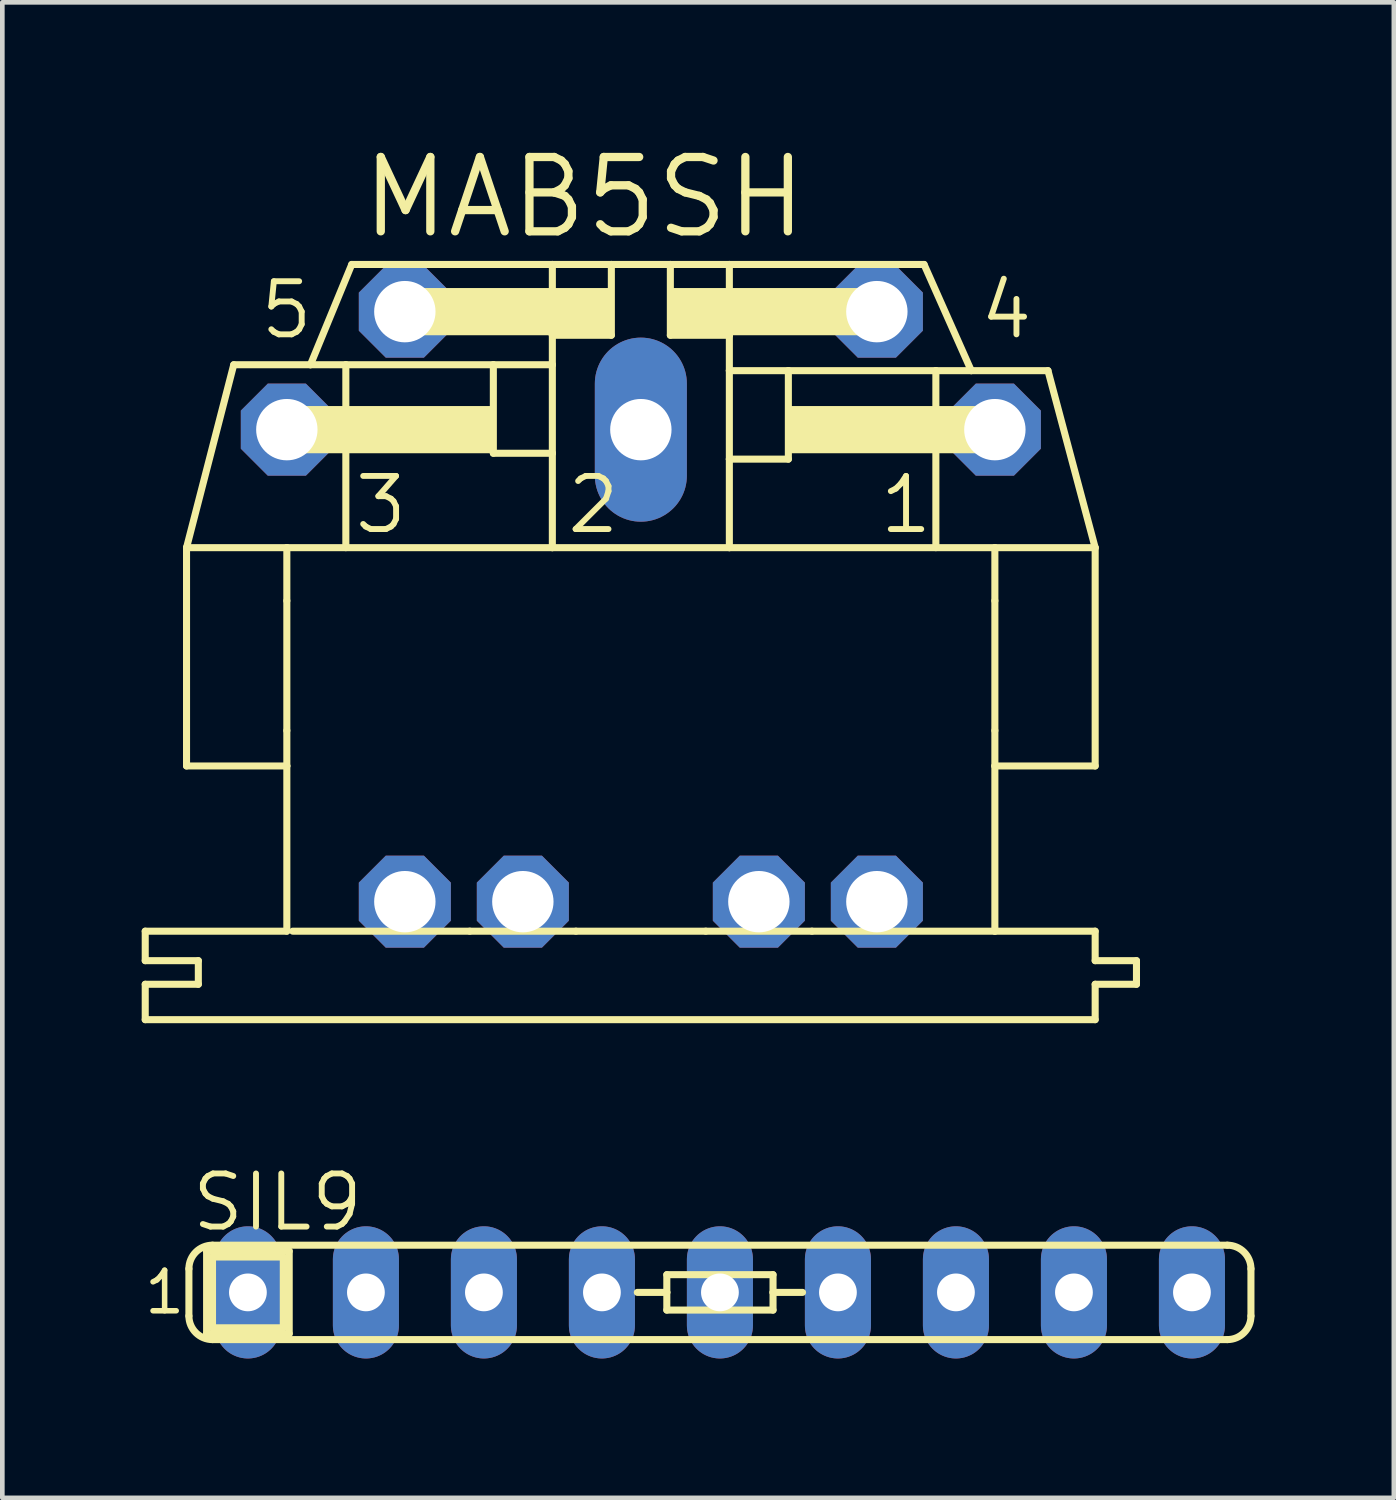
<source format=kicad_pcb>
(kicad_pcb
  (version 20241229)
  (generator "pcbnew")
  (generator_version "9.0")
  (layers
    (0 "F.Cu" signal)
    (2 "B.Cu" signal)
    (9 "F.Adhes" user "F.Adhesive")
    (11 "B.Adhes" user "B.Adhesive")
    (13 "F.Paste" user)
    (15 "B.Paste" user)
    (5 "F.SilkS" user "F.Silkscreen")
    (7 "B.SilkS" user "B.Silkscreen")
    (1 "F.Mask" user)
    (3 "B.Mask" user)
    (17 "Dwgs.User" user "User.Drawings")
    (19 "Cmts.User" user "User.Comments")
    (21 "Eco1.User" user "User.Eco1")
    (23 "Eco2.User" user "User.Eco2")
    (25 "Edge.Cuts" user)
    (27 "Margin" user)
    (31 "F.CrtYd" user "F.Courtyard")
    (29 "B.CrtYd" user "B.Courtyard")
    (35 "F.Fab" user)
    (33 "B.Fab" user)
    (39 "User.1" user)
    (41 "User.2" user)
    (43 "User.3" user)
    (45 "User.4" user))
  (footprint "MAB5SH"
    (layer "F.Cu")
    (at 10.744 13.818)
    (property "Reference" "MAB5SH" (at -6.096 -11.684 0) (unlocked yes) (layer "F.SilkS") (effects (font (size 1.6 1.6) (thickness 0.178)) (justify left bottom)))
    (fp_line (start -10.668 3.81) (end -10.668 3.175) (stroke (width 0.152) (type solid)) (layer "F.SilkS"))
    (fp_line (start -10.668 3.81) (end -9.525 3.81) (stroke (width 0.152) (type solid)) (layer "F.SilkS"))
    (fp_line (start -10.668 5.08) (end -10.668 4.318) (stroke (width 0.152) (type solid)) (layer "F.SilkS"))
    (fp_line (start -10.668 5.08) (end 9.779 5.08) (stroke (width 0.152) (type solid)) (layer "F.SilkS"))
    (fp_line (start -9.779 -0.381) (end -9.779 -5.08) (stroke (width 0.152) (type solid)) (layer "F.SilkS"))
    (fp_line (start -9.779 -0.381) (end -7.62 -0.381) (stroke (width 0.152) (type solid)) (layer "F.SilkS"))
    (fp_line (start -9.525 4.318) (end -10.668 4.318) (stroke (width 0.152) (type solid)) (layer "F.SilkS"))
    (fp_line (start -9.525 4.318) (end -9.525 3.81) (stroke (width 0.152) (type solid)) (layer "F.SilkS"))
    (fp_line (start -8.763 -9.017) (end -9.779 -5.08) (stroke (width 0.152) (type solid)) (layer "F.SilkS"))
    (fp_line (start -8.763 -9.017) (end -7.112 -9.017) (stroke (width 0.152) (type solid)) (layer "F.SilkS"))
    (fp_line (start -7.62 -5.08) (end -9.779 -5.08) (stroke (width 0.152) (type solid)) (layer "F.SilkS"))
    (fp_line (start -7.62 -5.08) (end -7.62 -3.937) (stroke (width 0.152) (type solid)) (layer "F.SilkS"))
    (fp_line (start -7.62 -3.937) (end -7.62 -1.143) (stroke (width 0.152) (type solid)) (layer "F.SilkS"))
    (fp_line (start -7.62 -0.381) (end -7.62 -1.143) (stroke (width 0.152) (type solid)) (layer "F.SilkS"))
    (fp_line (start -7.62 3.175) (end -10.668 3.175) (stroke (width 0.152) (type solid)) (layer "F.SilkS"))
    (fp_line (start -7.62 3.175) (end -7.62 -0.381) (stroke (width 0.152) (type solid)) (layer "F.SilkS"))
    (fp_line (start -7.493 3.175) (end -3.683 3.175) (stroke (width 0.152) (type solid)) (layer "F.SilkS"))
    (fp_line (start -7.112 -9.017) (end -6.223 -11.176) (stroke (width 0.152) (type solid)) (layer "F.SilkS"))
    (fp_line (start -6.35 -9.017) (end -7.112 -9.017) (stroke (width 0.152) (type solid)) (layer "F.SilkS"))
    (fp_line (start -6.35 -9.017) (end -6.35 -5.08) (stroke (width 0.152) (type solid)) (layer "F.SilkS"))
    (fp_line (start -3.175 -9.017) (end -6.35 -9.017) (stroke (width 0.152) (type solid)) (layer "F.SilkS"))
    (fp_line (start -3.175 -9.017) (end -3.175 -7.112) (stroke (width 0.152) (type solid)) (layer "F.SilkS"))
    (fp_line (start -1.905 -11.176) (end -6.223 -11.176) (stroke (width 0.152) (type solid)) (layer "F.SilkS"))
    (fp_line (start -1.905 -11.176) (end -1.905 -9.652) (stroke (width 0.152) (type solid)) (layer "F.SilkS"))
    (fp_line (start -1.905 -9.652) (end -1.905 -9.017) (stroke (width 0.152) (type solid)) (layer "F.SilkS"))
    (fp_line (start -1.905 -9.652) (end -0.635 -9.652) (stroke (width 0.152) (type solid)) (layer "F.SilkS"))
    (fp_line (start -1.905 -9.017) (end -3.175 -9.017) (stroke (width 0.152) (type solid)) (layer "F.SilkS"))
    (fp_line (start -1.905 -9.017) (end -1.905 -7.112) (stroke (width 0.152) (type solid)) (layer "F.SilkS"))
    (fp_line (start -1.905 -7.112) (end -3.175 -7.112) (stroke (width 0.152) (type solid)) (layer "F.SilkS"))
    (fp_line (start -1.905 -7.112) (end -1.905 -5.08) (stroke (width 0.152) (type solid)) (layer "F.SilkS"))
    (fp_line (start -1.905 -5.08) (end -7.62 -5.08) (stroke (width 0.152) (type solid)) (layer "F.SilkS"))
    (fp_line (start -1.397 3.175) (end -3.683 3.175) (stroke (width 0.152) (type solid)) (layer "F.SilkS"))
    (fp_line (start -1.397 3.175) (end 1.397 3.175) (stroke (width 0.152) (type solid)) (layer "F.SilkS"))
    (fp_line (start -0.635 -11.176) (end -1.905 -11.176) (stroke (width 0.152) (type solid)) (layer "F.SilkS"))
    (fp_line (start -0.635 -11.176) (end -0.635 -9.652) (stroke (width 0.152) (type solid)) (layer "F.SilkS"))
    (fp_line (start 0.635 -11.176) (end -0.635 -11.176) (stroke (width 0.152) (type solid)) (layer "F.SilkS"))
    (fp_line (start 0.635 -11.176) (end 0.635 -9.652) (stroke (width 0.152) (type solid)) (layer "F.SilkS"))
    (fp_line (start 1.905 -11.176) (end 0.635 -11.176) (stroke (width 0.152) (type solid)) (layer "F.SilkS"))
    (fp_line (start 1.905 -11.176) (end 1.905 -9.652) (stroke (width 0.152) (type solid)) (layer "F.SilkS"))
    (fp_line (start 1.905 -9.652) (end 0.635 -9.652) (stroke (width 0.152) (type solid)) (layer "F.SilkS"))
    (fp_line (start 1.905 -9.652) (end 1.905 -8.89) (stroke (width 0.152) (type solid)) (layer "F.SilkS"))
    (fp_line (start 1.905 -8.89) (end 1.905 -6.985) (stroke (width 0.152) (type solid)) (layer "F.SilkS"))
    (fp_line (start 1.905 -6.985) (end 1.905 -5.08) (stroke (width 0.152) (type solid)) (layer "F.SilkS"))
    (fp_line (start 1.905 -6.985) (end 3.175 -6.985) (stroke (width 0.152) (type solid)) (layer "F.SilkS"))
    (fp_line (start 1.905 -5.08) (end -1.905 -5.08) (stroke (width 0.152) (type solid)) (layer "F.SilkS"))
    (fp_line (start 3.175 -8.89) (end 1.905 -8.89) (stroke (width 0.152) (type solid)) (layer "F.SilkS"))
    (fp_line (start 3.175 -8.89) (end 3.175 -6.985) (stroke (width 0.152) (type solid)) (layer "F.SilkS"))
    (fp_line (start 3.683 3.175) (end 1.397 3.175) (stroke (width 0.152) (type solid)) (layer "F.SilkS"))
    (fp_line (start 3.683 3.175) (end 7.62 3.175) (stroke (width 0.152) (type solid)) (layer "F.SilkS"))
    (fp_line (start 6.096 -11.176) (end 1.905 -11.176) (stroke (width 0.152) (type solid)) (layer "F.SilkS"))
    (fp_line (start 6.096 -11.176) (end 7.112 -8.89) (stroke (width 0.152) (type solid)) (layer "F.SilkS"))
    (fp_line (start 6.35 -8.89) (end 3.175 -8.89) (stroke (width 0.152) (type solid)) (layer "F.SilkS"))
    (fp_line (start 6.35 -8.89) (end 6.35 -5.08) (stroke (width 0.152) (type solid)) (layer "F.SilkS"))
    (fp_line (start 7.112 -8.89) (end 6.35 -8.89) (stroke (width 0.152) (type solid)) (layer "F.SilkS"))
    (fp_line (start 7.62 -5.08) (end 1.905 -5.08) (stroke (width 0.152) (type solid)) (layer "F.SilkS"))
    (fp_line (start 7.62 -5.08) (end 7.62 -3.937) (stroke (width 0.152) (type solid)) (layer "F.SilkS"))
    (fp_line (start 7.62 -3.937) (end 7.62 -1.143) (stroke (width 0.152) (type solid)) (layer "F.SilkS"))
    (fp_line (start 7.62 -0.381) (end 7.62 -1.143) (stroke (width 0.152) (type solid)) (layer "F.SilkS"))
    (fp_line (start 7.62 3.175) (end 7.62 -0.381) (stroke (width 0.152) (type solid)) (layer "F.SilkS"))
    (fp_line (start 8.763 -8.89) (end 7.112 -8.89) (stroke (width 0.152) (type solid)) (layer "F.SilkS"))
    (fp_line (start 8.763 -8.89) (end 9.779 -5.08) (stroke (width 0.152) (type solid)) (layer "F.SilkS"))
    (fp_line (start 9.779 -5.08) (end 7.62 -5.08) (stroke (width 0.152) (type solid)) (layer "F.SilkS"))
    (fp_line (start 9.779 -0.381) (end 7.62 -0.381) (stroke (width 0.152) (type solid)) (layer "F.SilkS"))
    (fp_line (start 9.779 -0.381) (end 9.779 -5.08) (stroke (width 0.152) (type solid)) (layer "F.SilkS"))
    (fp_line (start 9.779 3.175) (end 7.62 3.175) (stroke (width 0.152) (type solid)) (layer "F.SilkS"))
    (fp_line (start 9.779 3.175) (end 9.779 3.81) (stroke (width 0.152) (type solid)) (layer "F.SilkS"))
    (fp_line (start 9.779 5.08) (end 9.779 4.318) (stroke (width 0.152) (type solid)) (layer "F.SilkS"))
    (fp_line (start 10.668 3.81) (end 9.779 3.81) (stroke (width 0.152) (type solid)) (layer "F.SilkS"))
    (fp_line (start 10.668 4.318) (end 9.779 4.318) (stroke (width 0.152) (type solid)) (layer "F.SilkS"))
    (fp_line (start 10.668 4.318) (end 10.668 3.81) (stroke (width 0.152) (type solid)) (layer "F.SilkS"))
    (fp_poly (pts (xy -8.001 -7.112) (xy -3.175 -7.112) (xy -3.175 -8.128) (xy -8.001 -8.128)) (stroke (width 0) (type default)) (fill yes) (layer "F.SilkS"))
    (fp_poly (pts (xy -5.461 -9.652) (xy -0.635 -9.652) (xy -0.635 -10.668) (xy -5.461 -10.668)) (stroke (width 0) (type default)) (fill yes) (layer "F.SilkS"))
    (fp_poly (pts (xy 0.635 -9.652) (xy 5.461 -9.652) (xy 5.461 -10.668) (xy 0.635 -10.668)) (stroke (width 0) (type default)) (fill yes) (layer "F.SilkS"))
    (fp_poly (pts (xy 3.175 -7.112) (xy 8.001 -7.112) (xy 8.001 -8.128) (xy 3.175 -8.128)) (stroke (width 0) (type default)) (fill yes) (layer "F.SilkS"))
    (fp_text user "4" (at 7.239 -9.525 0) (unlocked yes) (layer "F.SilkS") (effects (font (size 1.143 1.143) (thickness 0.127)) (justify left bottom)))
    (fp_text user "2" (at -1.651 -5.334 0) (unlocked yes) (layer "F.SilkS") (effects (font (size 1.143 1.143) (thickness 0.127)) (justify left bottom)))
    (fp_text user "3" (at -6.223 -5.334 0) (unlocked yes) (layer "F.SilkS") (effects (font (size 1.143 1.143) (thickness 0.127)) (justify left bottom)))
    (fp_text user "5" (at -8.255 -9.525 0) (unlocked yes) (layer "F.SilkS") (effects (font (size 1.143 1.143) (thickness 0.127)) (justify left bottom)))
    (fp_text user "1" (at 5.08 -5.334 0) (unlocked yes) (layer "F.SilkS") (effects (font (size 1.143 1.143) (thickness 0.127)) (justify left bottom)))
    (pad "1" thru_hole roundrect (at 7.62 -7.62) (size 1.981 1.981) (drill 1.321) (layers "*.Cu" "*.Mask") (roundrect_rratio 0.25) (chamfer_ratio 0.293) (chamfer top_left top_right bottom_left bottom_right))
    (pad "2" thru_hole oval (at 0 -7.62 90) (size 3.962 1.981) (drill 1.321) (layers "*.Cu" "*.Mask"))
    (pad "3" thru_hole roundrect (at -7.62 -7.62) (size 1.981 1.981) (drill 1.321) (layers "*.Cu" "*.Mask") (roundrect_rratio 0.25) (chamfer_ratio 0.293) (chamfer top_left top_right bottom_left bottom_right))
    (pad "4" thru_hole roundrect (at 5.08 -10.16) (size 1.981 1.981) (drill 1.321) (layers "*.Cu" "*.Mask") (roundrect_rratio 0.25) (chamfer_ratio 0.293) (chamfer top_left top_right bottom_left bottom_right))
    (pad "5" thru_hole roundrect (at -5.08 -10.16) (size 1.981 1.981) (drill 1.321) (layers "*.Cu" "*.Mask") (roundrect_rratio 0.25) (chamfer_ratio 0.293) (chamfer top_left top_right bottom_left bottom_right))
    (pad "P$1" thru_hole roundrect (at -5.08 2.54) (size 1.981 1.981) (drill 1.321) (layers "*.Cu" "*.Mask") (roundrect_rratio 0.25) (chamfer_ratio 0.293) (chamfer top_left top_right bottom_left bottom_right))
    (pad "P$2" thru_hole roundrect (at -2.54 2.54) (size 1.981 1.981) (drill 1.321) (layers "*.Cu" "*.Mask") (roundrect_rratio 0.25) (chamfer_ratio 0.293) (chamfer top_left top_right bottom_left bottom_right))
    (pad "P$3" thru_hole roundrect (at 2.54 2.54) (size 1.981 1.981) (drill 1.321) (layers "*.Cu" "*.Mask") (roundrect_rratio 0.25) (chamfer_ratio 0.293) (chamfer top_left top_right bottom_left bottom_right))
    (pad "P$4" thru_hole roundrect (at 5.08 2.54) (size 1.981 1.981) (drill 1.321) (layers "*.Cu" "*.Mask") (roundrect_rratio 0.25) (chamfer_ratio 0.293) (chamfer top_left top_right bottom_left bottom_right)))
  (footprint "SIL9"
    (layer "F.Cu")
    (at 12.446 24.768)
    (property "Reference" "SIL9" (at -11.43 -1.27 0) (unlocked yes) (layer "F.SilkS") (effects (font (size 1.143 1.143) (thickness 0.127)) (justify left bottom)))
    (fp_line (start -11.43 0.508) (end -11.43 -0.508) (stroke (width 0.152) (type solid)) (layer "F.SilkS"))
    (fp_line (start -11.049 -0.889) (end -9.271 -0.889) (stroke (width 0.152) (type solid)) (layer "F.SilkS"))
    (fp_line (start -11.049 0.889) (end -11.049 -0.889) (stroke (width 0.152) (type solid)) (layer "F.SilkS"))
    (fp_line (start -10.922 -0.762) (end -9.398 -0.762) (stroke (width 0.152) (type solid)) (layer "F.SilkS"))
    (fp_line (start -10.922 0.762) (end -10.922 -0.762) (stroke (width 0.152) (type solid)) (layer "F.SilkS"))
    (fp_line (start -10.922 1.016) (end 10.922 1.016) (stroke (width 0.152) (type solid)) (layer "F.SilkS"))
    (fp_line (start -9.398 -0.762) (end -9.398 0.762) (stroke (width 0.152) (type solid)) (layer "F.SilkS"))
    (fp_line (start -9.398 0.762) (end -10.922 0.762) (stroke (width 0.152) (type solid)) (layer "F.SilkS"))
    (fp_line (start -9.271 -0.889) (end -9.271 0.889) (stroke (width 0.152) (type solid)) (layer "F.SilkS"))
    (fp_line (start -9.271 0.889) (end -11.049 0.889) (stroke (width 0.152) (type solid)) (layer "F.SilkS"))
    (fp_line (start -1.778 0) (end -1.143 0) (stroke (width 0.152) (type solid)) (layer "F.SilkS"))
    (fp_line (start -1.143 -0.381) (end 1.143 -0.381) (stroke (width 0.152) (type solid)) (layer "F.SilkS"))
    (fp_line (start -1.143 0) (end -1.143 -0.381) (stroke (width 0.152) (type solid)) (layer "F.SilkS"))
    (fp_line (start -1.143 0.381) (end -1.143 0) (stroke (width 0.152) (type solid)) (layer "F.SilkS"))
    (fp_line (start 1.143 -0.381) (end 1.143 0) (stroke (width 0.152) (type solid)) (layer "F.SilkS"))
    (fp_line (start 1.143 0) (end 1.143 0.381) (stroke (width 0.152) (type solid)) (layer "F.SilkS"))
    (fp_line (start 1.143 0.381) (end -1.143 0.381) (stroke (width 0.152) (type solid)) (layer "F.SilkS"))
    (fp_line (start 1.778 0) (end 1.143 0) (stroke (width 0.152) (type solid)) (layer "F.SilkS"))
    (fp_line (start 10.922 -1.016) (end -10.922 -1.016) (stroke (width 0.152) (type solid)) (layer "F.SilkS"))
    (fp_line (start 11.43 -0.508) (end 11.43 0.508) (stroke (width 0.152) (type solid)) (layer "F.SilkS"))
    (fp_arc (start -11.43 -0.508) (mid -11.28121 -0.86721) (end -10.921999 -1.015999) (stroke (width 0.1524) (type solid)) (layer "F.SilkS"))
    (fp_arc (start -10.921999 1.015999) (mid -11.28121 0.86721) (end -11.43 0.508) (stroke (width 0.1524) (type solid)) (layer "F.SilkS"))
    (fp_arc (start 10.922 -1.016) (mid 11.281211 -0.86721) (end 11.430001 -0.507999) (stroke (width 0.1524) (type solid)) (layer "F.SilkS"))
    (fp_arc (start 11.430001 0.507999) (mid 11.281211 0.86721) (end 10.922 1.016) (stroke (width 0.1524) (type solid)) (layer "F.SilkS"))
    (fp_text user "1" (at -12.446 0.508 0) (unlocked yes) (layer "F.SilkS") (effects (font (size 0.872 0.872) (thickness 0.119)) (justify left bottom)))
    (pad "1" thru_hole oval (at -10.16 0 90) (size 2.845 1.422) (drill 0.813) (layers "*.Cu" "*.Mask"))
    (pad "2" thru_hole oval (at -7.62 0 90) (size 2.845 1.422) (drill 0.813) (layers "*.Cu" "*.Mask"))
    (pad "3" thru_hole oval (at -5.08 0 90) (size 2.845 1.422) (drill 0.813) (layers "*.Cu" "*.Mask"))
    (pad "4" thru_hole oval (at -2.54 0 90) (size 2.845 1.422) (drill 0.813) (layers "*.Cu" "*.Mask"))
    (pad "5" thru_hole oval (at 0 0 90) (size 2.845 1.422) (drill 0.813) (layers "*.Cu" "*.Mask"))
    (pad "6" thru_hole oval (at 2.54 0 90) (size 2.845 1.422) (drill 0.813) (layers "*.Cu" "*.Mask"))
    (pad "7" thru_hole oval (at 5.08 0 90) (size 2.845 1.422) (drill 0.813) (layers "*.Cu" "*.Mask"))
    (pad "8" thru_hole oval (at 7.62 0 90) (size 2.845 1.422) (drill 0.813) (layers "*.Cu" "*.Mask"))
    (pad "9" thru_hole oval (at 10.16 0 90) (size 2.845 1.422) (drill 0.813) (layers "*.Cu" "*.Mask")))
  (gr_rect
    (start -3 -3)
    (end 26.952 29.19)
    (stroke (width 0.1) (type default))
    (fill no)
    (layer "Edge.Cuts")))
</source>
